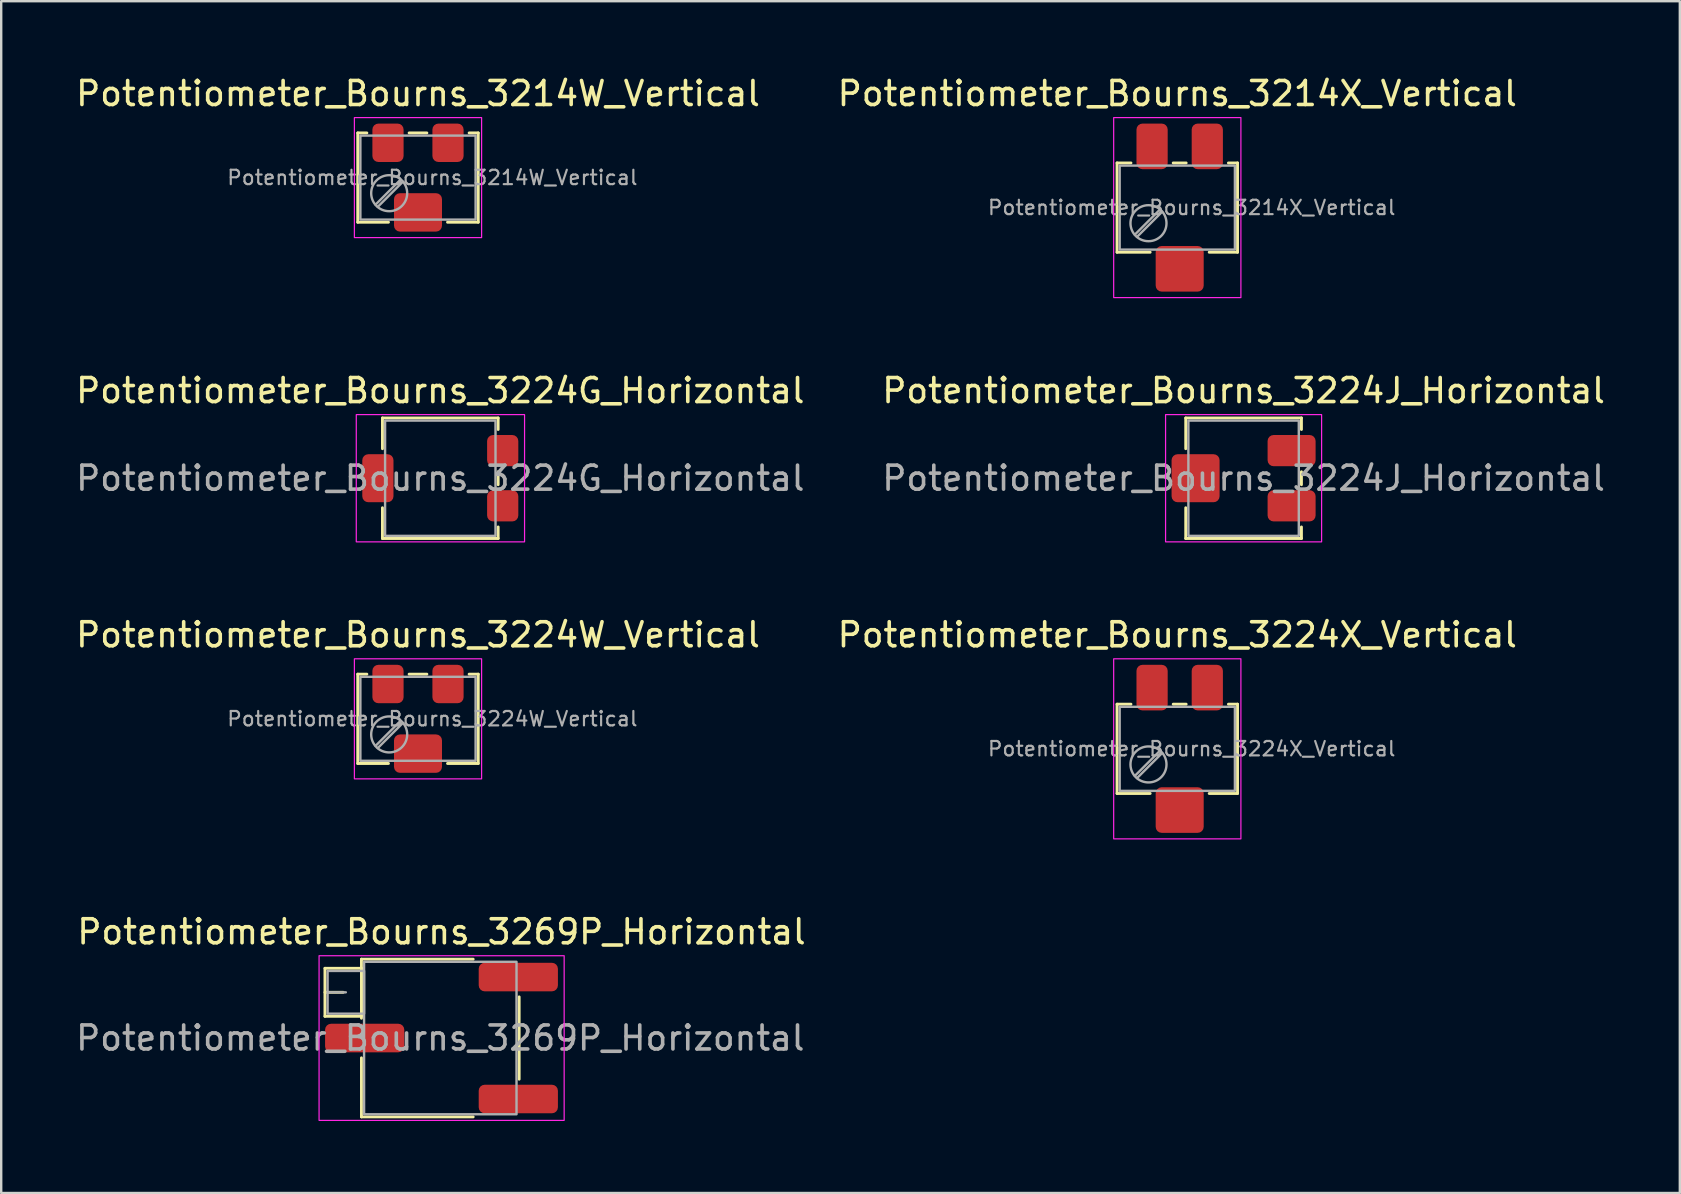
<source format=kicad_pcb>
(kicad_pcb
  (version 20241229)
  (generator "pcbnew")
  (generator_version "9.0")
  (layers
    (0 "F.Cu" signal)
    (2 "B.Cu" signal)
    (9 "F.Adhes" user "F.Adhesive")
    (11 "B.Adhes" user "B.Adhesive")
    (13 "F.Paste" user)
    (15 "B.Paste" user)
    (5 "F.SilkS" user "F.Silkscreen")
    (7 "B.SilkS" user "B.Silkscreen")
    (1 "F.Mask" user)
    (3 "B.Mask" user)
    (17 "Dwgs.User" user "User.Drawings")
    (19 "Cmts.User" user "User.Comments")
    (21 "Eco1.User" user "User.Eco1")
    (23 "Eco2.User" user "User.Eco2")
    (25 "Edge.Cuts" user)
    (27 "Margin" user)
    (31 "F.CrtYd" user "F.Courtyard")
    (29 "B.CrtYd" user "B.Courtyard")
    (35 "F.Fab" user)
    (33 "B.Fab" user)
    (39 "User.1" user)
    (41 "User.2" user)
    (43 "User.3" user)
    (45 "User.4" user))
  (footprint "Potentiometer_Bourns_3214W_Vertical"
    (layer "F.Cu")
    (at 14.363 4.348)
    (property "Reference" "Potentiometer_Bourns_3214W_Vertical" (at 0 -3.5 0) (layer "F.SilkS") (effects (font (size 1 1) (thickness 0.15))))
    (attr smd)
    (fp_line (start -2.51 -1.86) (end -2.13 -1.86) (stroke (width 0.12) (type solid)) (layer "F.SilkS"))
    (fp_line (start -2.51 1.86) (end -2.51 -1.86) (stroke (width 0.12) (type solid)) (layer "F.SilkS"))
    (fp_line (start -1.23 1.86) (end -2.51 1.86) (stroke (width 0.12) (type solid)) (layer "F.SilkS"))
    (fp_line (start -0.37 -1.86) (end 0.37 -1.86) (stroke (width 0.12) (type solid)) (layer "F.SilkS"))
    (fp_line (start 2.13 -1.86) (end 2.51 -1.86) (stroke (width 0.12) (type solid)) (layer "F.SilkS"))
    (fp_line (start 2.51 -1.86) (end 2.51 1.86) (stroke (width 0.12) (type solid)) (layer "F.SilkS"))
    (fp_line (start 2.51 1.86) (end 1.23 1.86) (stroke (width 0.12) (type solid)) (layer "F.SilkS"))
    (fp_rect (start -2.65 -2.5) (end 2.65 2.5) (stroke (width 0.05) (type solid)) (fill no) (layer "F.CrtYd"))
    (fp_line (start -0.723 0.081) (end -1.769 1.127) (stroke (width 0.1) (type solid)) (layer "F.Fab"))
    (fp_line (start -0.631 0.173) (end -1.677 1.219) (stroke (width 0.1) (type solid)) (layer "F.Fab"))
    (fp_rect (start -2.4 -1.75) (end 2.4 1.75) (stroke (width 0.1) (type solid)) (fill no) (layer "F.Fab"))
    (fp_circle (center -1.2 0.65) (end -0.45 0.65) (stroke (width 0.1) (type solid)) (fill no) (layer "F.Fab"))
    (fp_text user "${REFERENCE}" (at 0.6 0 0) (layer "F.Fab") (effects (font (size 0.6 0.6) (thickness 0.09))))
    (pad "1" smd roundrect (at 1.25 -1.45) (size 1.3 1.6) (layers "F.Cu" "F.Mask" "F.Paste") (roundrect_rratio 0.192))
    (pad "2" smd roundrect (at 0 1.45) (size 2 1.6) (layers "F.Cu" "F.Mask" "F.Paste") (roundrect_rratio 0.156))
    (pad "3" smd roundrect (at -1.25 -1.45) (size 1.3 1.6) (layers "F.Cu" "F.Mask" "F.Paste") (roundrect_rratio 0.192)))
  (footprint "Potentiometer_Bourns_3214X_Vertical"
    (layer "F.Cu")
    (at 46.094 5.598)
    (property "Reference" "Potentiometer_Bourns_3214X_Vertical" (at -0.1 -4.75 0) (layer "F.SilkS") (effects (font (size 1 1) (thickness 0.15))))
    (attr smd)
    (fp_line (start -2.61 -1.86) (end -2.03 -1.86) (stroke (width 0.12) (type solid)) (layer "F.SilkS"))
    (fp_line (start -2.61 1.86) (end -2.61 -1.86) (stroke (width 0.12) (type solid)) (layer "F.SilkS"))
    (fp_line (start -1.23 1.86) (end -2.61 1.86) (stroke (width 0.12) (type solid)) (layer "F.SilkS"))
    (fp_line (start -0.27 -1.86) (end 0.27 -1.86) (stroke (width 0.12) (type solid)) (layer "F.SilkS"))
    (fp_line (start 2.03 -1.86) (end 2.41 -1.86) (stroke (width 0.12) (type solid)) (layer "F.SilkS"))
    (fp_line (start 2.41 -1.86) (end 2.41 1.86) (stroke (width 0.12) (type solid)) (layer "F.SilkS"))
    (fp_line (start 2.41 1.86) (end 1.23 1.86) (stroke (width 0.12) (type solid)) (layer "F.SilkS"))
    (fp_rect (start -2.75 -3.75) (end 2.55 3.75) (stroke (width 0.05) (type solid)) (fill no) (layer "F.CrtYd"))
    (fp_line (start -0.823 0.081) (end -1.869 1.127) (stroke (width 0.1) (type solid)) (layer "F.Fab"))
    (fp_line (start -0.731 0.173) (end -1.777 1.219) (stroke (width 0.1) (type solid)) (layer "F.Fab"))
    (fp_rect (start -2.5 -1.75) (end 2.3 1.75) (stroke (width 0.1) (type solid)) (fill no) (layer "F.Fab"))
    (fp_circle (center -1.3 0.65) (end -0.55 0.65) (stroke (width 0.1) (type solid)) (fill no) (layer "F.Fab"))
    (fp_text user "${REFERENCE}" (at 0.5 0 0) (layer "F.Fab") (effects (font (size 0.6 0.6) (thickness 0.09))))
    (pad "1" smd roundrect (at 1.15 -2.55) (size 1.3 1.9) (layers "F.Cu" "F.Mask" "F.Paste") (roundrect_rratio 0.192))
    (pad "2" smd roundrect (at 0 2.55) (size 2 1.9) (layers "F.Cu" "F.Mask" "F.Paste") (roundrect_rratio 0.132))
    (pad "3" smd roundrect (at -1.15 -2.55) (size 1.3 1.9) (layers "F.Cu" "F.Mask" "F.Paste") (roundrect_rratio 0.192)))
  (footprint "Potentiometer_Bourns_3269P_Horizontal"
    (layer "F.Cu")
    (at 15.342 40.193)
    (property "Reference" "Potentiometer_Bourns_3269P_Horizontal" (at 0 -4.425 0) (layer "F.SilkS") (effects (font (size 1 1) (thickness 0.15))))
    (attr smd)
    (fp_line (start -4.855 -2.905) (end -3.335 -2.905) (stroke (width 0.12) (type solid)) (layer "F.SilkS"))
    (fp_line (start -4.855 -1.905) (end -4.095 -1.905) (stroke (width 0.12) (type solid)) (layer "F.SilkS"))
    (fp_line (start -4.855 -0.905) (end -4.855 -2.905) (stroke (width 0.12) (type solid)) (layer "F.SilkS"))
    (fp_line (start -3.335 -3.285) (end 1.32 -3.285) (stroke (width 0.12) (type solid)) (layer "F.SilkS"))
    (fp_line (start -3.335 -2.905) (end -3.335 -0.905) (stroke (width 0.12) (type solid)) (layer "F.SilkS"))
    (fp_line (start -3.335 -0.905) (end -4.855 -0.905) (stroke (width 0.12) (type solid)) (layer "F.SilkS"))
    (fp_line (start -3.335 -0.825) (end -3.335 -3.285) (stroke (width 0.12) (type solid)) (layer "F.SilkS"))
    (fp_line (start -3.335 3.285) (end -3.335 0.825) (stroke (width 0.12) (type solid)) (layer "F.SilkS"))
    (fp_line (start 1.32 3.285) (end -3.335 3.285) (stroke (width 0.12) (type solid)) (layer "F.SilkS"))
    (fp_line (start 3.235 -1.715) (end 3.235 1.715) (stroke (width 0.12) (type solid)) (layer "F.SilkS"))
    (fp_rect (start -5.1 -3.43) (end 5.11 3.43) (stroke (width 0.05) (type solid)) (fill no) (layer "F.CrtYd"))
    (fp_line (start -4.745 -1.905) (end -3.985 -1.905) (stroke (width 0.1) (type solid)) (layer "F.Fab"))
    (fp_rect (start -4.745 -2.795) (end -3.225 -1.015) (stroke (width 0.1) (type solid)) (fill no) (layer "F.Fab"))
    (fp_rect (start -3.225 -3.175) (end 3.125 3.175) (stroke (width 0.1) (type solid)) (fill no) (layer "F.Fab"))
    (fp_text user "${REFERENCE}" (at -0.05 0 0) (layer "F.Fab") (effects (font (size 1 1) (thickness 0.15))))
    (pad "1" smd roundrect (at 3.2 -2.54) (size 3.3 1.19) (layers "F.Cu" "F.Mask" "F.Paste") (roundrect_rratio 0.21))
    (pad "2" smd roundrect (at -3.2 0) (size 3.3 1.19) (layers "F.Cu" "F.Mask" "F.Paste") (roundrect_rratio 0.21))
    (pad "3" smd roundrect (at 3.2 2.54) (size 3.3 1.19) (layers "F.Cu" "F.Mask" "F.Paste") (roundrect_rratio 0.21)))
  (footprint "Potentiometer_Bourns_3224W_Vertical"
    (layer "F.Cu")
    (at 14.363 26.895)
    (property "Reference" "Potentiometer_Bourns_3224W_Vertical" (at 0 -3.5 0) (layer "F.SilkS") (effects (font (size 1 1) (thickness 0.15))))
    (attr smd)
    (fp_line (start -2.51 -1.86) (end -2.13 -1.86) (stroke (width 0.12) (type solid)) (layer "F.SilkS"))
    (fp_line (start -2.51 1.86) (end -2.51 -1.86) (stroke (width 0.12) (type solid)) (layer "F.SilkS"))
    (fp_line (start -1.23 1.86) (end -2.51 1.86) (stroke (width 0.12) (type solid)) (layer "F.SilkS"))
    (fp_line (start -0.37 -1.86) (end 0.37 -1.86) (stroke (width 0.12) (type solid)) (layer "F.SilkS"))
    (fp_line (start 2.13 -1.86) (end 2.51 -1.86) (stroke (width 0.12) (type solid)) (layer "F.SilkS"))
    (fp_line (start 2.51 -1.86) (end 2.51 1.86) (stroke (width 0.12) (type solid)) (layer "F.SilkS"))
    (fp_line (start 2.51 1.86) (end 1.23 1.86) (stroke (width 0.12) (type solid)) (layer "F.SilkS"))
    (fp_rect (start -2.65 -2.5) (end 2.65 2.5) (stroke (width 0.05) (type solid)) (fill no) (layer "F.CrtYd"))
    (fp_line (start -0.723 0.081) (end -1.769 1.127) (stroke (width 0.1) (type solid)) (layer "F.Fab"))
    (fp_line (start -0.631 0.173) (end -1.677 1.219) (stroke (width 0.1) (type solid)) (layer "F.Fab"))
    (fp_rect (start -2.4 -1.75) (end 2.4 1.75) (stroke (width 0.1) (type solid)) (fill no) (layer "F.Fab"))
    (fp_circle (center -1.2 0.65) (end -0.45 0.65) (stroke (width 0.1) (type solid)) (fill no) (layer "F.Fab"))
    (fp_text user "${REFERENCE}" (at 0.6 0 0) (layer "F.Fab") (effects (font (size 0.6 0.6) (thickness 0.09))))
    (pad "1" smd roundrect (at 1.25 -1.45) (size 1.3 1.6) (layers "F.Cu" "F.Mask" "F.Paste") (roundrect_rratio 0.192))
    (pad "2" smd roundrect (at 0 1.45) (size 2 1.6) (layers "F.Cu" "F.Mask" "F.Paste") (roundrect_rratio 0.156))
    (pad "3" smd roundrect (at -1.25 -1.45) (size 1.3 1.6) (layers "F.Cu" "F.Mask" "F.Paste") (roundrect_rratio 0.192)))
  (footprint "Potentiometer_Bourns_3224G_Horizontal"
    (layer "F.Cu")
    (at 15.292 16.872)
    (property "Reference" "Potentiometer_Bourns_3224G_Horizontal" (at 0 -3.65 0) (layer "F.SilkS") (effects (font (size 1 1) (thickness 0.15))))
    (attr smd)
    (fp_line (start -2.41 -2.51) (end 2.41 -2.51) (stroke (width 0.12) (type solid)) (layer "F.SilkS"))
    (fp_line (start -2.41 -1.23) (end -2.41 -2.51) (stroke (width 0.12) (type solid)) (layer "F.SilkS"))
    (fp_line (start -2.41 2.51) (end -2.41 1.23) (stroke (width 0.12) (type solid)) (layer "F.SilkS"))
    (fp_line (start 2.41 -2.51) (end 2.41 -2.03) (stroke (width 0.12) (type solid)) (layer "F.SilkS"))
    (fp_line (start 2.41 -0.27) (end 2.41 0.27) (stroke (width 0.12) (type solid)) (layer "F.SilkS"))
    (fp_line (start 2.41 2.03) (end 2.41 2.51) (stroke (width 0.12) (type solid)) (layer "F.SilkS"))
    (fp_line (start 2.41 2.51) (end -2.41 2.51) (stroke (width 0.12) (type solid)) (layer "F.SilkS"))
    (fp_rect (start -3.5 -2.65) (end 3.51 2.65) (stroke (width 0.05) (type solid)) (fill no) (layer "F.CrtYd"))
    (fp_rect (start -2.3 -2.4) (end 2.3 2.4) (stroke (width 0.1) (type solid)) (fill no) (layer "F.Fab"))
    (fp_text user "${REFERENCE}" (at 0 0 0) (layer "F.Fab") (effects (font (size 1 1) (thickness 0.15))))
    (pad "1" smd roundrect (at 2.6 -1.15) (size 1.3 1.3) (layers "F.Cu" "F.Mask" "F.Paste") (roundrect_rratio 0.192))
    (pad "2" smd roundrect (at -2.6 0) (size 1.3 2) (layers "F.Cu" "F.Mask" "F.Paste") (roundrect_rratio 0.192))
    (pad "3" smd roundrect (at 2.6 1.15) (size 1.3 1.3) (layers "F.Cu" "F.Mask" "F.Paste") (roundrect_rratio 0.192)))
  (footprint "Potentiometer_Bourns_3224X_Vertical"
    (layer "F.Cu")
    (at 46.094 28.145)
    (property "Reference" "Potentiometer_Bourns_3224X_Vertical" (at -0.1 -4.75 0) (layer "F.SilkS") (effects (font (size 1 1) (thickness 0.15))))
    (attr smd)
    (fp_line (start -2.61 -1.86) (end -2.03 -1.86) (stroke (width 0.12) (type solid)) (layer "F.SilkS"))
    (fp_line (start -2.61 1.86) (end -2.61 -1.86) (stroke (width 0.12) (type solid)) (layer "F.SilkS"))
    (fp_line (start -1.23 1.86) (end -2.61 1.86) (stroke (width 0.12) (type solid)) (layer "F.SilkS"))
    (fp_line (start -0.27 -1.86) (end 0.27 -1.86) (stroke (width 0.12) (type solid)) (layer "F.SilkS"))
    (fp_line (start 2.03 -1.86) (end 2.41 -1.86) (stroke (width 0.12) (type solid)) (layer "F.SilkS"))
    (fp_line (start 2.41 -1.86) (end 2.41 1.86) (stroke (width 0.12) (type solid)) (layer "F.SilkS"))
    (fp_line (start 2.41 1.86) (end 1.23 1.86) (stroke (width 0.12) (type solid)) (layer "F.SilkS"))
    (fp_rect (start -2.75 -3.75) (end 2.55 3.75) (stroke (width 0.05) (type solid)) (fill no) (layer "F.CrtYd"))
    (fp_line (start -0.823 0.081) (end -1.869 1.127) (stroke (width 0.1) (type solid)) (layer "F.Fab"))
    (fp_line (start -0.731 0.173) (end -1.777 1.219) (stroke (width 0.1) (type solid)) (layer "F.Fab"))
    (fp_rect (start -2.5 -1.75) (end 2.3 1.75) (stroke (width 0.1) (type solid)) (fill no) (layer "F.Fab"))
    (fp_circle (center -1.3 0.65) (end -0.55 0.65) (stroke (width 0.1) (type solid)) (fill no) (layer "F.Fab"))
    (fp_text user "${REFERENCE}" (at 0.5 0 0) (layer "F.Fab") (effects (font (size 0.6 0.6) (thickness 0.09))))
    (pad "1" smd roundrect (at 1.15 -2.55) (size 1.3 1.9) (layers "F.Cu" "F.Mask" "F.Paste") (roundrect_rratio 0.192))
    (pad "2" smd roundrect (at 0 2.55) (size 2 1.9) (layers "F.Cu" "F.Mask" "F.Paste") (roundrect_rratio 0.132))
    (pad "3" smd roundrect (at -1.15 -2.55) (size 1.3 1.9) (layers "F.Cu" "F.Mask" "F.Paste") (roundrect_rratio 0.192)))
  (footprint "Potentiometer_Bourns_3224J_Horizontal"
    (layer "F.Cu")
    (at 48.756 16.872)
    (property "Reference" "Potentiometer_Bourns_3224J_Horizontal" (at 0 -3.65 0) (layer "F.SilkS") (effects (font (size 1 1) (thickness 0.15))))
    (attr smd)
    (fp_line (start -2.41 -2.51) (end 2.41 -2.51) (stroke (width 0.12) (type solid)) (layer "F.SilkS"))
    (fp_line (start -2.41 -1.23) (end -2.41 -2.51) (stroke (width 0.12) (type solid)) (layer "F.SilkS"))
    (fp_line (start -2.41 2.51) (end -2.41 1.23) (stroke (width 0.12) (type solid)) (layer "F.SilkS"))
    (fp_line (start 2.41 -2.51) (end 2.41 -2.03) (stroke (width 0.12) (type solid)) (layer "F.SilkS"))
    (fp_line (start 2.41 -0.27) (end 2.41 0.27) (stroke (width 0.12) (type solid)) (layer "F.SilkS"))
    (fp_line (start 2.41 2.03) (end 2.41 2.51) (stroke (width 0.12) (type solid)) (layer "F.SilkS"))
    (fp_line (start 2.41 2.51) (end -2.41 2.51) (stroke (width 0.12) (type solid)) (layer "F.SilkS"))
    (fp_rect (start -3.25 -2.65) (end 3.25 2.65) (stroke (width 0.05) (type solid)) (fill no) (layer "F.CrtYd"))
    (fp_rect (start -2.3 -2.4) (end 2.3 2.4) (stroke (width 0.1) (type solid)) (fill no) (layer "F.Fab"))
    (fp_text user "${REFERENCE}" (at 0 0 0) (layer "F.Fab") (effects (font (size 1 1) (thickness 0.15))))
    (pad "1" smd roundrect (at 2 -1.15) (size 2 1.3) (layers "F.Cu" "F.Mask" "F.Paste") (roundrect_rratio 0.192))
    (pad "2" smd roundrect (at -2 0) (size 2 2) (layers "F.Cu" "F.Mask" "F.Paste") (roundrect_rratio 0.125))
    (pad "3" smd roundrect (at 2 1.15) (size 2 1.3) (layers "F.Cu" "F.Mask" "F.Paste") (roundrect_rratio 0.192)))
  (gr_rect
    (start -3 -3)
    (end 66.929 46.648)
    (stroke (width 0.1) (type default))
    (fill no)
    (layer "Edge.Cuts")))
</source>
